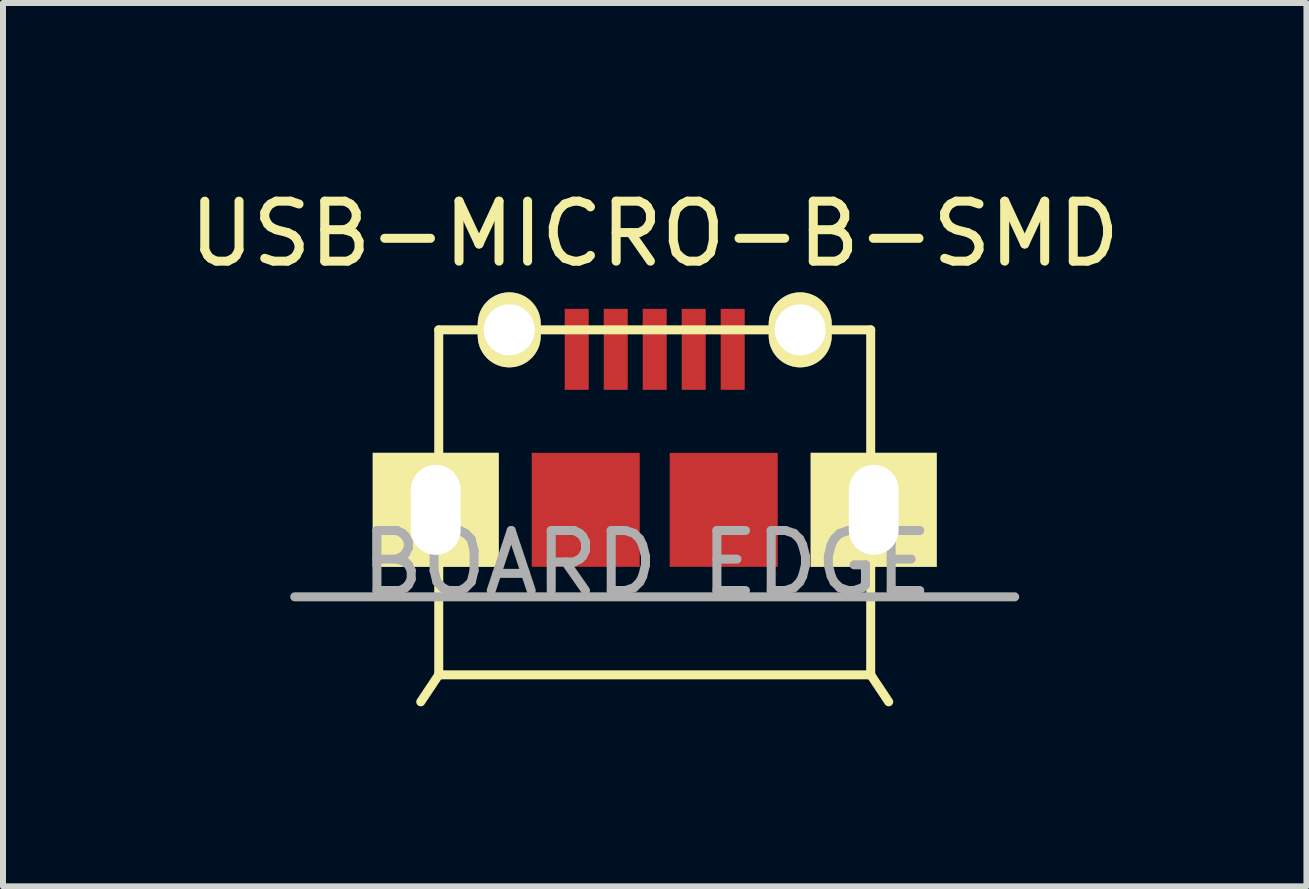
<source format=kicad_pcb>
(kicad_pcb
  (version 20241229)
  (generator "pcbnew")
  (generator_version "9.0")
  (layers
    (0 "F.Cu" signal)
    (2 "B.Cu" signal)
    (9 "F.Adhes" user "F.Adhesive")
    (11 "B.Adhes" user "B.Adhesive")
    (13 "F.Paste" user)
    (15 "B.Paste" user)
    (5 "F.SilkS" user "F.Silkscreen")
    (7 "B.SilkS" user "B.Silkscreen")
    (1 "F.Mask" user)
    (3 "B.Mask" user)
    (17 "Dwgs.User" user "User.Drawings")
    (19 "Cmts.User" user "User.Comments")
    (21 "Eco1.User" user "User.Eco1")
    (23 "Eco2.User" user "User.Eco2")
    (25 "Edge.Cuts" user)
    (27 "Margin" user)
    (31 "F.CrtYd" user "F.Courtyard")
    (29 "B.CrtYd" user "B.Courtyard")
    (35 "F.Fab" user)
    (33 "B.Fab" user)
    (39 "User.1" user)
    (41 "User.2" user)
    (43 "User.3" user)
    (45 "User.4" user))
  (footprint "USB-MICRO-B-SMD"
    (layer "F.Cu")
    (at 7.863 5.448)
    (property "Reference" "USB-MICRO-B-SMD" (at 0 -4.6 0) (layer "F.SilkS") (effects (font (size 1 1) (thickness 0.15))))
    (attr through_hole)
    (fp_line (start -3.6 -3) (end 3.6 -3) (stroke (width 0.15) (type solid)) (layer "F.SilkS"))
    (fp_line (start -3.6 2.75) (end -3.9 3.2) (stroke (width 0.15) (type solid)) (layer "F.SilkS"))
    (fp_line (start -3.6 2.75) (end -3.6 -3) (stroke (width 0.15) (type solid)) (layer "F.SilkS"))
    (fp_line (start 3.6 -3) (end 3.6 2.75) (stroke (width 0.15) (type solid)) (layer "F.SilkS"))
    (fp_line (start 3.6 2.75) (end -3.6 2.75) (stroke (width 0.15) (type solid)) (layer "F.SilkS"))
    (fp_line (start 3.6 2.75) (end 3.9 3.2) (stroke (width 0.15) (type solid)) (layer "F.SilkS"))
    (fp_line (start 6 1.45) (end -6 1.45) (stroke (width 0.15) (type solid)) (layer "F.Fab"))
    (fp_text user "BOARD EDGE" (at -0.13 0.89 0) (layer "F.Fab") (effects (font (size 1 1) (thickness 0.15))))
    (pad "1" smd rect (at -1.3 -2.675) (size 0.4 1.35) (layers "F.Cu" "F.Mask" "F.Paste"))
    (pad "2" smd rect (at -0.65 -2.675) (size 0.4 1.35) (layers "F.Cu" "F.Mask" "F.Paste"))
    (pad "3" smd rect (at 0 -2.675) (size 0.4 1.35) (layers "F.Cu" "F.Mask" "F.Paste"))
    (pad "4" smd rect (at 0.65 -2.675) (size 0.4 1.35) (layers "F.Cu" "F.Mask" "F.Paste"))
    (pad "5" smd rect (at 1.3 -2.675) (size 0.4 1.35) (layers "F.Cu" "F.Mask" "F.Paste"))
    (pad "6" thru_hole rect (at -3.65 0) (size 2.1 1.9) (drill oval 0.83 1.5) (layers "*.Cu" "*.Mask" "F.SilkS"))
    (pad "6" thru_hole oval (at -2.425 -3) (size 1.05 1.25) (drill 0.85) (layers "*.Cu" "*.Mask" "F.SilkS"))
    (pad "6" smd rect (at -1.15 0) (size 1.8 1.9) (layers "F.Cu" "F.Mask" "F.Paste"))
    (pad "6" smd rect (at 1.15 0) (size 1.8 1.9) (layers "F.Cu" "F.Mask" "F.Paste"))
    (pad "6" thru_hole oval (at 2.425 -3) (size 1.05 1.25) (drill 0.85) (layers "*.Cu" "*.Mask" "F.SilkS"))
    (pad "6" thru_hole rect (at 3.65 0) (size 2.1 1.9) (drill oval 0.83 1.5) (layers "*.Cu" "*.Mask" "F.SilkS")))
  (gr_rect
    (start -3 -3)
    (end 18.726 11.723)
    (stroke (width 0.1) (type default))
    (fill no)
    (layer "Edge.Cuts")))
</source>
